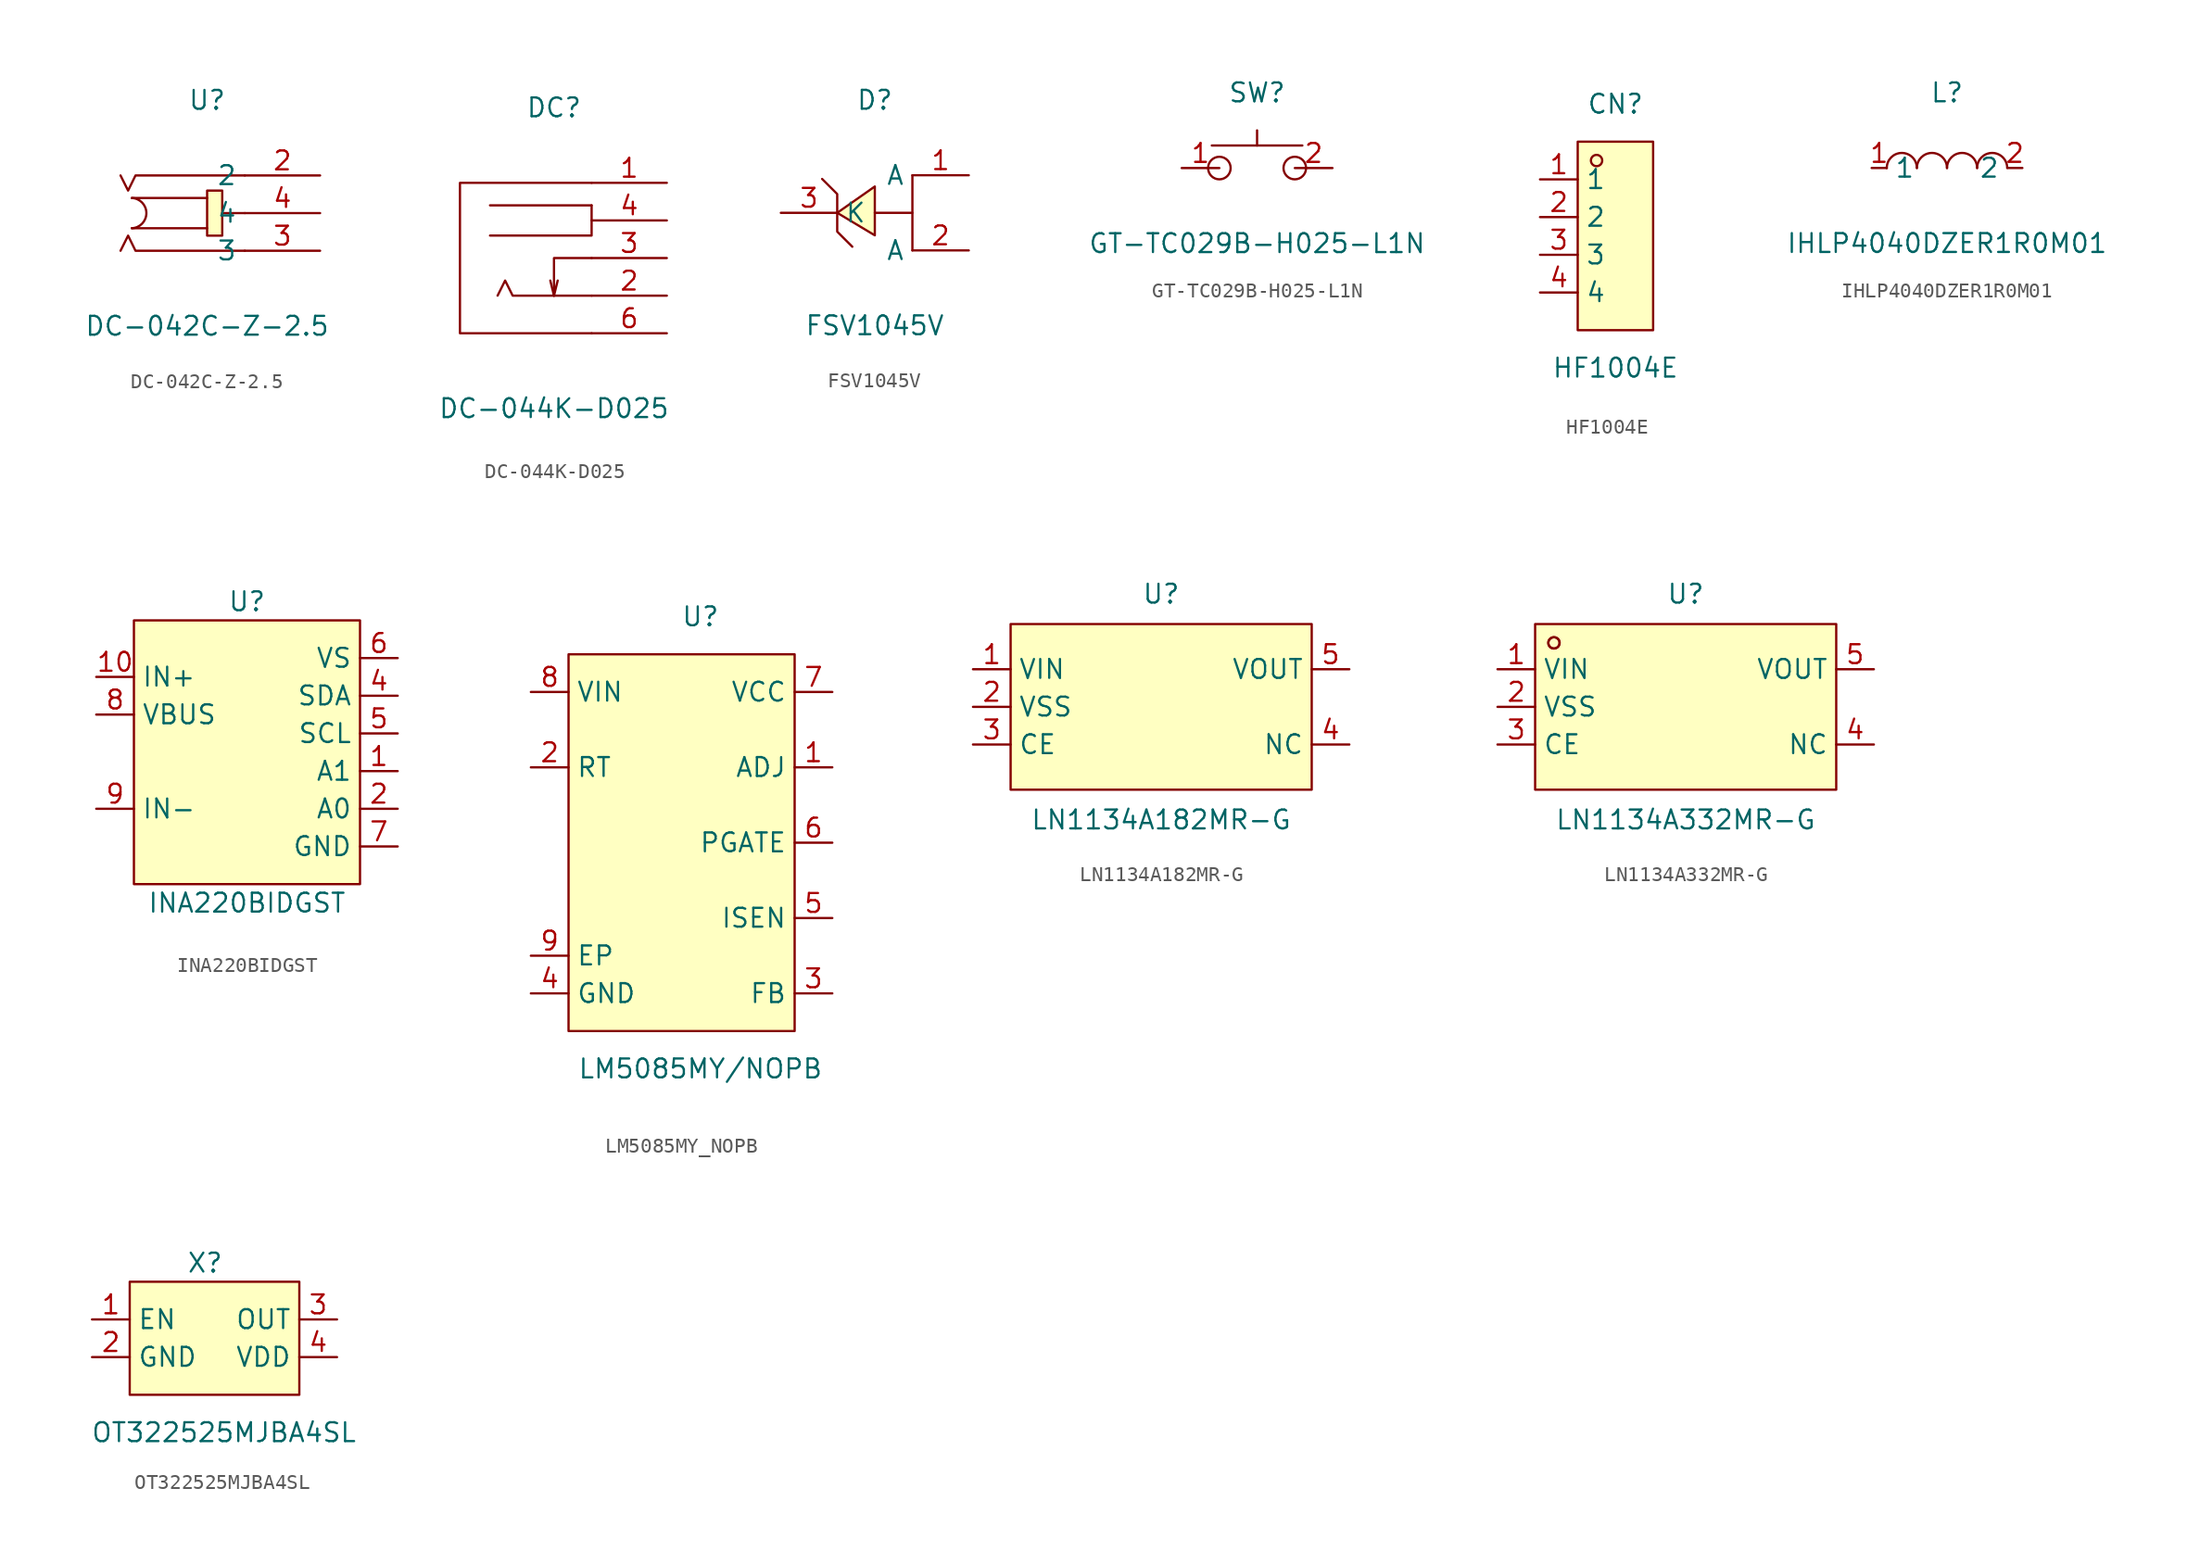
<source format=kicad_sym>
(kicad_symbol_lib
  (version 20220914)
  (generator https://github.com/uPesy/easyeda2kicad.py)
  (symbol "DC-042C-Z-2.5"
    (property "Reference" "U"
      (at 0 7.62 0)
      (effects (font (size 1.27 1.27))))
    (property "Value" "DC-042C-Z-2.5"
      (at 0 -7.62 0)
      (effects (font (size 1.27 1.27))))
    (symbol "DC-042C-Z-2.5_0_1"
      (arc (start -5.08 -1.02) (mid -4.0979 0) (end -5.08 1.02) (stroke (width 0) (type default)) (fill (type none)))
      (polyline (pts (xy 0 -1.02) (xy -5.08 -1.02)) (stroke (width 0) (type default)) (fill (type none)))
      (polyline (pts (xy 0 1.02) (xy -5.08 1.02)) (stroke (width 0) (type default)) (fill (type none)))
      (polyline (pts (xy 2.54 0) (xy 1.02 0)) (stroke (width 0) (type default)) (fill (type none)))
      (polyline (pts (xy 2.54 -2.54) (xy -4.83 -2.54) (xy -5.33 -1.52) (xy -5.84 -2.54)) (stroke (width 0) (type default)) (fill (type none)))
      (polyline (pts (xy 2.54 2.54) (xy -4.83 2.54) (xy -5.33 1.52) (xy -5.84 2.54)) (stroke (width 0) (type default)) (fill (type none)))
      (rectangle (start 0 1.52) (end 1.02 -1.52) (stroke (width 0) (type default)) (fill (type background)))
      (pin unspecified line (at 7.62 2.54 180) (length 5.08) (name "2" (effects (font (size 1.27 1.27)))) (number "2" (effects (font (size 1.27 1.27)))))
      (pin unspecified line (at 7.62 -2.54 180) (length 5.08) (name "3" (effects (font (size 1.27 1.27)))) (number "3" (effects (font (size 1.27 1.27)))))
      (pin unspecified line (at 7.62 0 180) (length 5.08) (name "4" (effects (font (size 1.27 1.27)))) (number "4" (effects (font (size 1.27 1.27)))))))
  (symbol "DC-044K-D025"
    (property "Reference" "DC"
      (at 0 10.16 0)
      (effects (font (size 1.27 1.27))))
    (property "Value" "DC-044K-D025"
      (at 0 -10.16 0)
      (effects (font (size 1.27 1.27))))
    (symbol "DC-044K-D025_0_1"
      (polyline (pts (xy -4.32 3.56)) (stroke (width 0) (type default)) (fill (type background)))
      (polyline (pts (xy 0 -2.54) (xy -0.25 -1.52)) (stroke (width 0) (type default)) (fill (type none)))
      (polyline (pts (xy 0 -2.54) (xy 0.25 -1.52)) (stroke (width 0) (type default)) (fill (type none)))
      (polyline (pts (xy 2.54 3.56) (xy -4.32 3.56)) (stroke (width 0) (type default)) (fill (type none)))
      (polyline (pts (xy 2.54 0) (xy 0 0) (xy 0 -2.54)) (stroke (width 0) (type default)) (fill (type none)))
      (polyline (pts (xy 2.54 3.56) (xy 2.54 1.52) (xy -4.32 1.52)) (stroke (width 0) (type default)) (fill (type none)))
      (polyline (pts (xy 2.54 -2.54) (xy -2.79 -2.54) (xy -3.3 -1.52) (xy -3.81 -2.54)) (stroke (width 0) (type default)) (fill (type none)))
      (polyline (pts (xy 2.54 5.08) (xy -6.35 5.08) (xy -6.35 -5.08) (xy 2.54 -5.08)) (stroke (width 0) (type default)) (fill (type none)))
      (pin unspecified line (at 7.62 5.08 180) (length 5.08) (name "~" (effects (font (size 1.27 1.27)))) (number "1" (effects (font (size 1.27 1.27)))))
      (pin unspecified line (at 7.62 -2.54 180) (length 5.08) (name "~" (effects (font (size 1.27 1.27)))) (number "2" (effects (font (size 1.27 1.27)))))
      (pin unspecified line (at 7.62 0 180) (length 5.08) (name "~" (effects (font (size 1.27 1.27)))) (number "3" (effects (font (size 1.27 1.27)))))
      (pin unspecified line (at 7.62 2.54 180) (length 5.08) (name "~" (effects (font (size 1.27 1.27)))) (number "4" (effects (font (size 1.27 1.27)))))
      (pin unspecified line (at 7.62 -5.08 180) (length 5.08) (name "~" (effects (font (size 1.27 1.27)))) (number "6" (effects (font (size 1.27 1.27)))))))
  (symbol "FSV1045V"
    (property "Reference" "D"
      (at 0 7.62 0)
      (effects (font (size 1.27 1.27))))
    (property "Value" "FSV1045V"
      (at 0 -7.62 0)
      (effects (font (size 1.27 1.27))))
    (symbol "FSV1045V_0_1"
      (polyline (pts (xy 0 0) (xy 2.54 0)) (stroke (width 0) (type default)) (fill (type none)))
      (polyline (pts (xy 2.54 -2.54) (xy 2.54 2.54)) (stroke (width 0) (type default)) (fill (type none)))
      (polyline (pts (xy -3.56 2.29) (xy -2.54 1.27) (xy -2.54 -1.27) (xy -1.52 -2.29)) (stroke (width 0) (type default)) (fill (type none)))
      (polyline (pts (xy 0 -1.52) (xy -2.54 0) (xy 0 1.78) (xy 0 -1.52)) (stroke (width 0) (type default)) (fill (type background)))
      (pin unspecified line (at 6.35 2.54 180) (length 3.81) (name "A" (effects (font (size 1.27 1.27)))) (number "1" (effects (font (size 1.27 1.27)))))
      (pin unspecified line (at 6.35 -2.54 180) (length 3.81) (name "A" (effects (font (size 1.27 1.27)))) (number "2" (effects (font (size 1.27 1.27)))))
      (pin unspecified line (at -6.35 0 0) (length 3.81) (name "K" (effects (font (size 1.27 1.27)))) (number "3" (effects (font (size 1.27 1.27)))))))
  (symbol "GT-TC029B-H025-L1N"
    (property "Reference" "SW"
      (at 0 5.08 0)
      (effects (font (size 1.27 1.27))))
    (property "Value" "GT-TC029B-H025-L1N"
      (at 0 -5.08 0)
      (effects (font (size 1.27 1.27))))
    (symbol "GT-TC029B-H025-L1N_0_1"
      (circle (center -2.54 0) (radius 0.76) (stroke (width 0) (type default)) (fill (type none)))
      (polyline (pts (xy -3.05 1.52) (xy 3.05 1.52)) (stroke (width 0) (type default)) (fill (type none)))
      (polyline (pts (xy 0 1.52) (xy 0 2.54)) (stroke (width 0) (type default)) (fill (type none)))
      (circle (center 2.54 0) (radius 0.76) (stroke (width 0) (type default)) (fill (type none)))
      (pin unspecified line (at -5.08 0 0) (length 2.54) (name "~" (effects (font (size 1.27 1.27)))) (number "1" (effects (font (size 1.27 1.27)))))
      (pin unspecified line (at 5.08 0 180) (length 2.54) (name "~" (effects (font (size 1.27 1.27)))) (number "2" (effects (font (size 1.27 1.27)))))))
  (symbol "HF1004E"
    (property "Reference" "CN"
      (at 0 8.89 0)
      (effects (font (size 1.27 1.27))))
    (property "Value" "HF1004E"
      (at 0 -8.89 0)
      (effects (font (size 1.27 1.27))))
    (symbol "HF1004E_0_1"
      (rectangle (start -2.54 6.35) (end 2.54 -6.35) (stroke (width 0) (type default)) (fill (type background)))
      (circle (center -1.27 5.08) (radius 0.38) (stroke (width 0) (type default)) (fill (type none)))
      (pin unspecified line (at -5.08 3.81 0) (length 2.54) (name "1" (effects (font (size 1.27 1.27)))) (number "1" (effects (font (size 1.27 1.27)))))
      (pin unspecified line (at -5.08 1.27 0) (length 2.54) (name "2" (effects (font (size 1.27 1.27)))) (number "2" (effects (font (size 1.27 1.27)))))
      (pin unspecified line (at -5.08 -1.27 0) (length 2.54) (name "3" (effects (font (size 1.27 1.27)))) (number "3" (effects (font (size 1.27 1.27)))))
      (pin unspecified line (at -5.08 -3.81 0) (length 2.54) (name "4" (effects (font (size 1.27 1.27)))) (number "4" (effects (font (size 1.27 1.27)))))))
  (symbol "IHLP4040DZER1R0M01"
    (property "Reference" "L"
      (at 0 5.08 0)
      (effects (font (size 1.27 1.27))))
    (property "Value" "IHLP4040DZER1R0M01"
      (at 0 -5.08 0)
      (effects (font (size 1.27 1.27))))
    (symbol "IHLP4040DZER1R0M01_0_1"
      (arc (start -2.03 0.01) (mid -3.055 1.013) (end -4.06 -0.01) (stroke (width 0) (type default)) (fill (type none)))
      (arc (start 0 0.01) (mid -1.025 1.013) (end -2.03 -0.01) (stroke (width 0) (type default)) (fill (type none)))
      (arc (start 2.03 0.01) (mid 1.005 1.013) (end 0 -0.01) (stroke (width 0) (type default)) (fill (type none)))
      (arc (start 4.06 0.01) (mid 3.035 1.013) (end 2.03 -0.01) (stroke (width 0) (type default)) (fill (type none)))
      (pin unspecified line (at -5.08 0 0) (length 1.016) (name "1" (effects (font (size 1.27 1.27)))) (number "1" (effects (font (size 1.27 1.27)))))
      (pin unspecified line (at 5.08 0 180) (length 1.016) (name "2" (effects (font (size 1.27 1.27)))) (number "2" (effects (font (size 1.27 1.27)))))))
  (symbol "INA220BIDGST"
    (property "Reference" "U"
      (at 0 10.16 0)
      (effects (font (size 1.27 1.27))))
    (property "Value" "INA220BIDGST"
      (at 0 -10.16 0)
      (effects (font (size 1.27 1.27))))
    (symbol "INA220BIDGST_0_1"
      (rectangle (start -7.62 8.89) (end 7.62 -8.89) (stroke (width 0) (type default)) (fill (type background)))
      (pin unspecified line (at 10.16 -1.27 180) (length 2.54) (name "A1" (effects (font (size 1.27 1.27)))) (number "1" (effects (font (size 1.27 1.27)))))
      (pin unspecified line (at -10.16 5.08 0) (length 2.54) (name "IN+" (effects (font (size 1.27 1.27)))) (number "10" (effects (font (size 1.27 1.27)))))
      (pin unspecified line (at 10.16 -3.81 180) (length 2.54) (name "A0" (effects (font (size 1.27 1.27)))) (number "2" (effects (font (size 1.27 1.27)))))
      (pin unspecified line (at 10.16 3.81 180) (length 2.54) (name "SDA" (effects (font (size 1.27 1.27)))) (number "4" (effects (font (size 1.27 1.27)))))
      (pin unspecified line (at 10.16 1.27 180) (length 2.54) (name "SCL" (effects (font (size 1.27 1.27)))) (number "5" (effects (font (size 1.27 1.27)))))
      (pin unspecified line (at 10.16 6.35 180) (length 2.54) (name "VS" (effects (font (size 1.27 1.27)))) (number "6" (effects (font (size 1.27 1.27)))))
      (pin unspecified line (at 10.16 -6.35 180) (length 2.54) (name "GND" (effects (font (size 1.27 1.27)))) (number "7" (effects (font (size 1.27 1.27)))))
      (pin unspecified line (at -10.16 2.54 0) (length 2.54) (name "VBUS" (effects (font (size 1.27 1.27)))) (number "8" (effects (font (size 1.27 1.27)))))
      (pin unspecified line (at -10.16 -3.81 0) (length 2.54) (name "IN-" (effects (font (size 1.27 1.27)))) (number "9" (effects (font (size 1.27 1.27)))))))
  (symbol "LM5085MY_NOPB"
    (property "Reference" "U"
      (at 0 15.24 0)
      (effects (font (size 1.27 1.27))))
    (property "Value" "LM5085MY/NOPB"
      (at 0 -15.24 0)
      (effects (font (size 1.27 1.27))))
    (symbol "LM5085MY_NOPB_0_1"
      (rectangle (start -8.89 12.7) (end 6.35 -12.7) (stroke (width 0) (type default)) (fill (type background)))
      (pin unspecified line (at 8.89 5.08 180) (length 2.54) (name "ADJ" (effects (font (size 1.27 1.27)))) (number "1" (effects (font (size 1.27 1.27)))))
      (pin unspecified line (at -11.43 5.08 0) (length 2.54) (name "RT" (effects (font (size 1.27 1.27)))) (number "2" (effects (font (size 1.27 1.27)))))
      (pin unspecified line (at 8.89 -10.16 180) (length 2.54) (name "FB" (effects (font (size 1.27 1.27)))) (number "3" (effects (font (size 1.27 1.27)))))
      (pin power_in line (at -11.43 -10.16 0) (length 2.54) (name "GND" (effects (font (size 1.27 1.27)))) (number "4" (effects (font (size 1.27 1.27)))))
      (pin unspecified line (at 8.89 -5.08 180) (length 2.54) (name "ISEN" (effects (font (size 1.27 1.27)))) (number "5" (effects (font (size 1.27 1.27)))))
      (pin unspecified line (at 8.89 0 180) (length 2.54) (name "PGATE" (effects (font (size 1.27 1.27)))) (number "6" (effects (font (size 1.27 1.27)))))
      (pin power_in line (at 8.89 10.16 180) (length 2.54) (name "VCC" (effects (font (size 1.27 1.27)))) (number "7" (effects (font (size 1.27 1.27)))))
      (pin unspecified line (at -11.43 10.16 0) (length 2.54) (name "VIN" (effects (font (size 1.27 1.27)))) (number "8" (effects (font (size 1.27 1.27)))))
      (pin unspecified line (at -11.43 -7.62 0) (length 2.54) (name "EP" (effects (font (size 1.27 1.27)))) (number "9" (effects (font (size 1.27 1.27)))))))
  (symbol "LN1134A182MR-G"
    (property "Reference" "U"
      (at 0 7.62 0)
      (effects (font (size 1.27 1.27))))
    (property "Value" "LN1134A182MR-G"
      (at 0 -7.62 0)
      (effects (font (size 1.27 1.27))))
    (symbol "LN1134A182MR-G_0_1"
      (rectangle (start -10.16 5.59) (end 10.16 -5.59) (stroke (width 0) (type default)) (fill (type background)))
      (pin unspecified line (at -12.7 2.54 0) (length 2.54) (name "VIN" (effects (font (size 1.27 1.27)))) (number "1" (effects (font (size 1.27 1.27)))))
      (pin unspecified line (at -12.7 0 0) (length 2.54) (name "VSS" (effects (font (size 1.27 1.27)))) (number "2" (effects (font (size 1.27 1.27)))))
      (pin unspecified line (at -12.7 -2.54 0) (length 2.54) (name "CE" (effects (font (size 1.27 1.27)))) (number "3" (effects (font (size 1.27 1.27)))))
      (pin unspecified line (at 12.7 -2.54 180) (length 2.54) (name "NC" (effects (font (size 1.27 1.27)))) (number "4" (effects (font (size 1.27 1.27)))))
      (pin unspecified line (at 12.7 2.54 180) (length 2.54) (name "VOUT" (effects (font (size 1.27 1.27)))) (number "5" (effects (font (size 1.27 1.27)))))))
  (symbol "LN1134A332MR-G"
    (property "Reference" "U"
      (at 0 7.62 0)
      (effects (font (size 1.27 1.27))))
    (property "Value" "LN1134A332MR-G"
      (at 0 -7.62 0)
      (effects (font (size 1.27 1.27))))
    (symbol "LN1134A332MR-G_0_1"
      (rectangle (start -10.16 5.59) (end 10.16 -5.59) (stroke (width 0) (type default)) (fill (type background)))
      (circle (center -8.89 4.32) (radius 0.38) (stroke (width 0) (type default)) (fill (type none)))
      (circle (center -8.89 4.32) (radius 0.38) (stroke (width 0) (type default)) (fill (type none)))
      (pin unspecified line (at -12.7 2.54 0) (length 2.54) (name "VIN" (effects (font (size 1.27 1.27)))) (number "1" (effects (font (size 1.27 1.27)))))
      (pin unspecified line (at -12.7 0 0) (length 2.54) (name "VSS" (effects (font (size 1.27 1.27)))) (number "2" (effects (font (size 1.27 1.27)))))
      (pin unspecified line (at -12.7 -2.54 0) (length 2.54) (name "CE" (effects (font (size 1.27 1.27)))) (number "3" (effects (font (size 1.27 1.27)))))
      (pin unspecified line (at 12.7 -2.54 180) (length 2.54) (name "NC" (effects (font (size 1.27 1.27)))) (number "4" (effects (font (size 1.27 1.27)))))
      (pin unspecified line (at 12.7 2.54 180) (length 2.54) (name "VOUT" (effects (font (size 1.27 1.27)))) (number "5" (effects (font (size 1.27 1.27)))))))
  (symbol "OT322525MJBA4SL"
    (property "Reference" "X"
      (at -1.27 5.08 0)
      (effects (font (size 1.27 1.27))))
    (property "Value" "OT322525MJBA4SL"
      (at 0 -6.35 0)
      (effects (font (size 1.27 1.27))))
    (symbol "OT322525MJBA4SL_0_1"
      (rectangle (start -6.35 3.81) (end 5.08 -3.81) (stroke (width 0) (type default)) (fill (type background)))
      (pin unspecified line (at -8.89 1.27 0) (length 2.54) (name "EN" (effects (font (size 1.27 1.27)))) (number "1" (effects (font (size 1.27 1.27)))))
      (pin unspecified line (at -8.89 -1.27 0) (length 2.54) (name "GND" (effects (font (size 1.27 1.27)))) (number "2" (effects (font (size 1.27 1.27)))))
      (pin unspecified line (at 7.62 1.27 180) (length 2.54) (name "OUT" (effects (font (size 1.27 1.27)))) (number "3" (effects (font (size 1.27 1.27)))))
      (pin unspecified line (at 7.62 -1.27 180) (length 2.54) (name "VDD" (effects (font (size 1.27 1.27)))) (number "4" (effects (font (size 1.27 1.27))))))))
</source>
